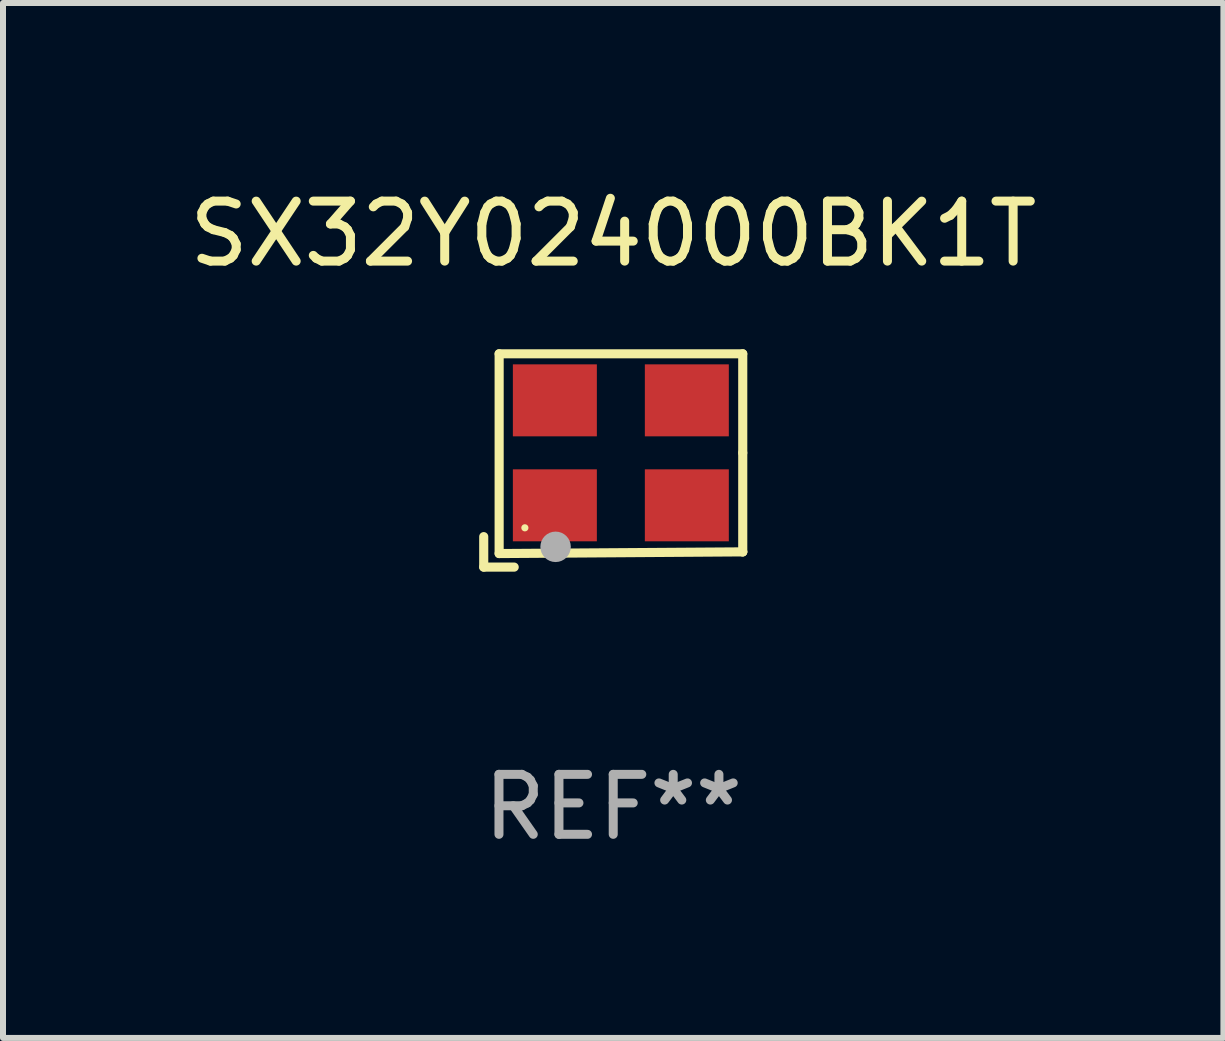
<source format=kicad_pcb>
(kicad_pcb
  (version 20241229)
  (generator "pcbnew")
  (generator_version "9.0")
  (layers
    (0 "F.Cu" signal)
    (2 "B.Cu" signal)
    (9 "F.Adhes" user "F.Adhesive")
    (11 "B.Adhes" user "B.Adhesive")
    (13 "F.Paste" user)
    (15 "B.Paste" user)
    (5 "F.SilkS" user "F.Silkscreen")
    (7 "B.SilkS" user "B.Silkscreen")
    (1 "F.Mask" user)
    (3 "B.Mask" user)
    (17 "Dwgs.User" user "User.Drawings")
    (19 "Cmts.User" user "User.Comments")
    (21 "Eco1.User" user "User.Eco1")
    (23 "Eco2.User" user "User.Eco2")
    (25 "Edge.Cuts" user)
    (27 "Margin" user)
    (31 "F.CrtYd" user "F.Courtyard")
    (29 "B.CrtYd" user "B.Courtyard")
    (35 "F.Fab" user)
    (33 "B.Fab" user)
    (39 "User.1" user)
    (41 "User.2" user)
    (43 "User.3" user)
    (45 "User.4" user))
  (footprint "SX32Y024000BK1T"
    (layer "F.Cu")
    (at 7.173 4.626)
    (property "Reference" "SX32Y024000BK1T" (at 0 -3.778 0) (layer "F.SilkS") (effects (font (size 1 1) (thickness 0.15))))
    (attr through_hole)
    (fp_line (start -2.159 1.27) (end -2.159 1.778) (stroke (width 0.152) (type solid)) (layer "F.SilkS"))
    (fp_line (start -2.159 1.778) (end -1.651 1.778) (stroke (width 0.152) (type solid)) (layer "F.SilkS"))
    (fp_line (start -1.902 -1.778) (end 2.159 -1.778) (stroke (width 0.152) (type solid)) (layer "F.SilkS"))
    (fp_line (start -1.902 1.552) (end -1.902 -1.778) (stroke (width 0.152) (type solid)) (layer "F.SilkS"))
    (fp_line (start 2.159 -1.778) (end 2.159 -0.127) (stroke (width 0.152) (type solid)) (layer "F.SilkS"))
    (fp_line (start 2.159 -0.127) (end 2.159 1.524) (stroke (width 0.152) (type solid)) (layer "F.SilkS"))
    (fp_line (start 2.159 1.524) (end -1.902 1.552) (stroke (width 0.152) (type solid)) (layer "F.SilkS"))
    (fp_line (start 2.159 1.524) (end 2.159 1.524) (stroke (width 0.152) (type solid)) (layer "F.SilkS"))
    (fp_circle (center -1.473 1.123) (end -1.443 1.123) (stroke (width 0.06) (type solid)) (fill no) (layer "F.SilkS"))
    (fp_circle (center -0.961 1.44) (end -0.834 1.44) (stroke (width 0.254) (type solid)) (fill no) (layer "F.Fab"))
    (fp_text user "REF**" (at 0 5.778 0) (layer "F.Fab") (effects (font (size 1 1) (thickness 0.15))))
    (pad "1" smd rect (at -0.973 0.748) (size 1.4 1.2) (layers "F.Cu" "F.Mask" "F.Paste"))
    (pad "2" smd rect (at 1.227 0.748) (size 1.4 1.2) (layers "F.Cu" "F.Mask" "F.Paste"))
    (pad "3" smd rect (at 1.227 -1.002) (size 1.4 1.2) (layers "F.Cu" "F.Mask" "F.Paste"))
    (pad "4" smd rect (at -0.973 -1.002) (size 1.4 1.2) (layers "F.Cu" "F.Mask" "F.Paste")))
  (gr_rect
    (start -3 -3)
    (end 17.345 14.253)
    (stroke (width 0.1) (type default))
    (fill no)
    (layer "Edge.Cuts")))
</source>
